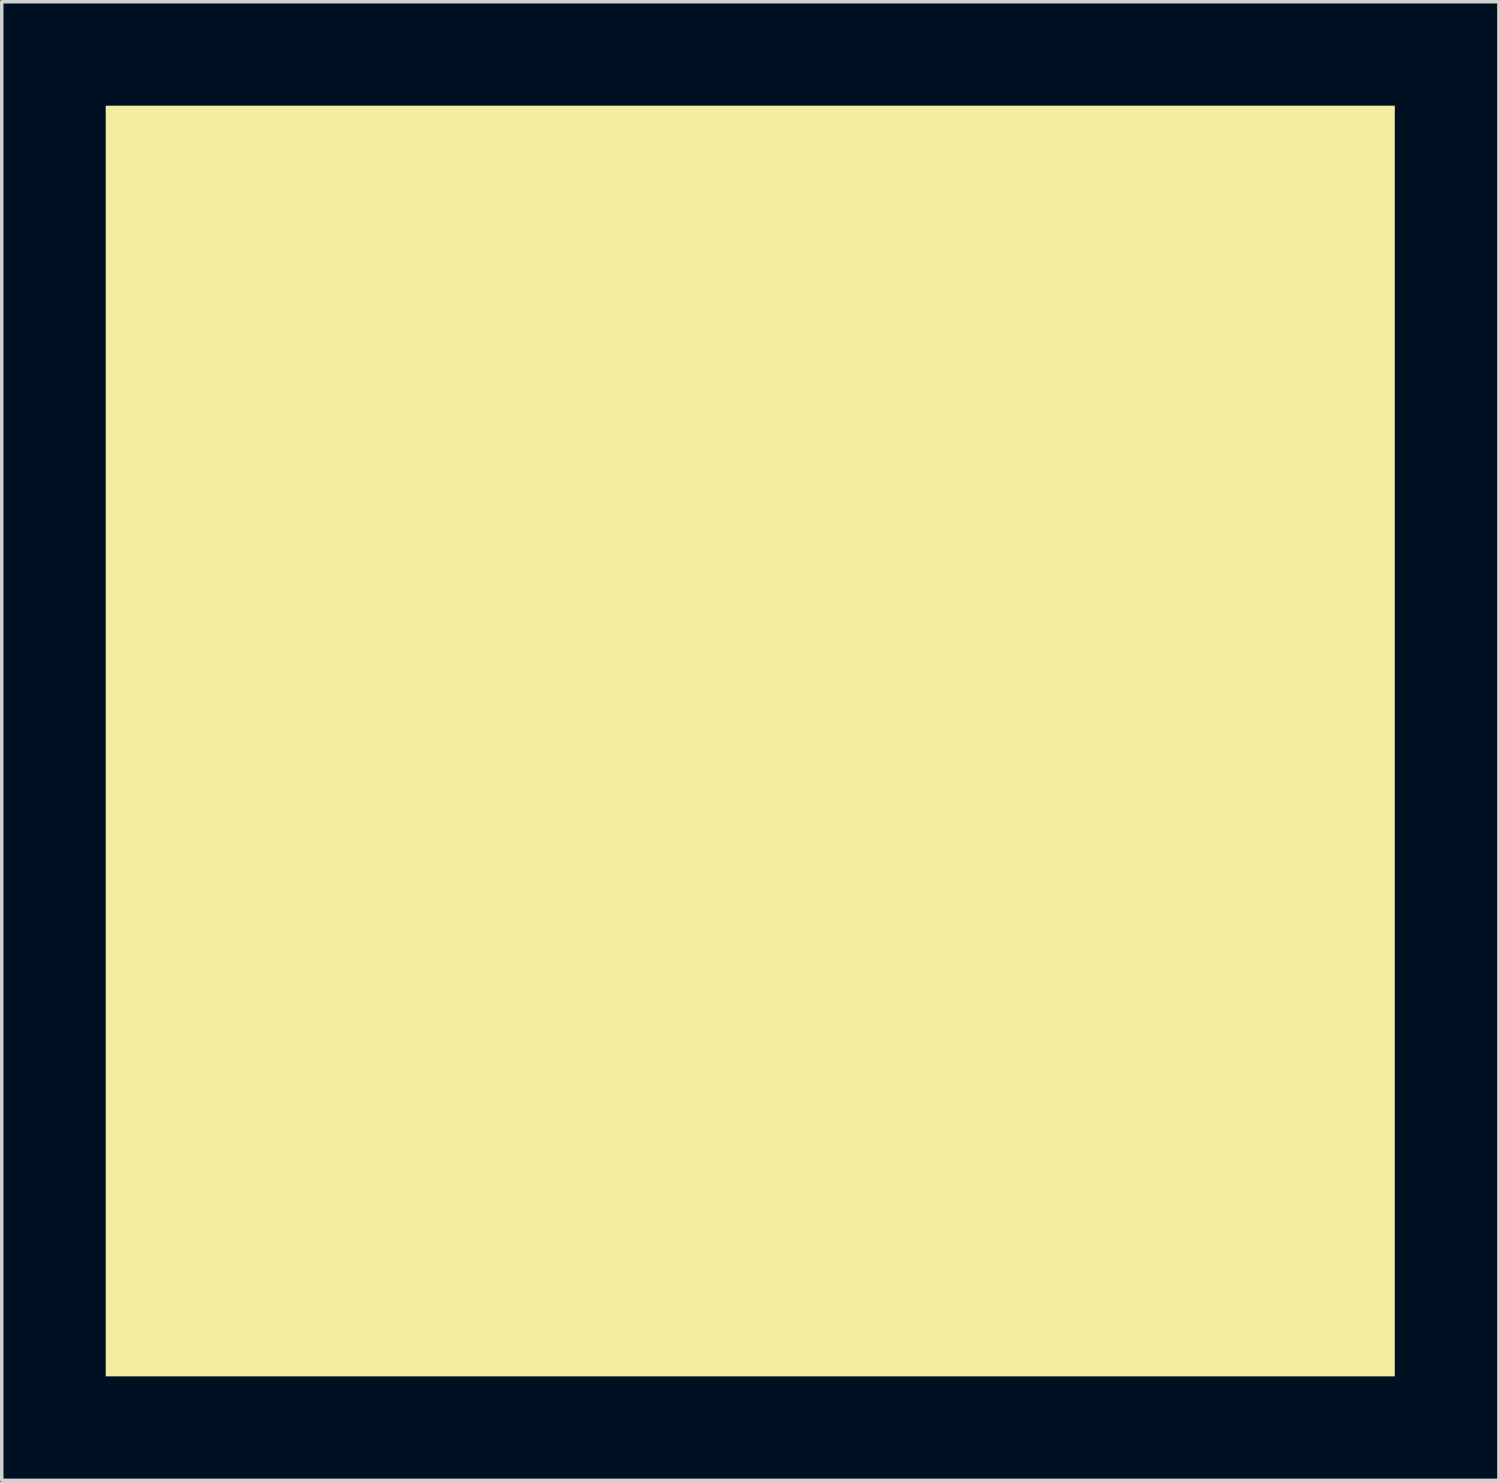
<source format=kicad_pcb>
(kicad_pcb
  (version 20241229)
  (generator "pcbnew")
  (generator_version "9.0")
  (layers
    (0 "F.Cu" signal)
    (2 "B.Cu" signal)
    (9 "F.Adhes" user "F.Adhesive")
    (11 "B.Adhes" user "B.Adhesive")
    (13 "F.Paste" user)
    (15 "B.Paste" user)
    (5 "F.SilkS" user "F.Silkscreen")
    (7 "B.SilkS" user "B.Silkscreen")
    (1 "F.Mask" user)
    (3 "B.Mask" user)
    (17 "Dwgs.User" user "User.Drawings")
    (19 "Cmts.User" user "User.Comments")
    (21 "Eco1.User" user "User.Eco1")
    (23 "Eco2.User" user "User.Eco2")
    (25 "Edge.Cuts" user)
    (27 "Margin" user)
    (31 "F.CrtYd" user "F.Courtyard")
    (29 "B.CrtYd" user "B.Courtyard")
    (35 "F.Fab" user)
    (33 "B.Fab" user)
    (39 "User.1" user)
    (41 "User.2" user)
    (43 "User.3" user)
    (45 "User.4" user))
  (footprint "Logo?"
    (layer "F.Cu")
    (at 18.453 18.186)
    (property "Reference" "Logo?" (at 0 0 0) (layer "F.SilkS") (effects (font (size 1.524 1.524) (thickness 0.3))))
    (attr through_hole)
    (fp_poly (pts (xy 18.716 18.448) (xy -18.448 18.448) (xy -18.448 -18.181) (xy 18.716 -18.181) (xy 18.716 18.448)) (stroke (width 0.01) (type solid)) (fill yes) (layer "F.SilkS")))
  (gr_rect
    (start -3 -3)
    (end 40.174 39.639)
    (stroke (width 0.1) (type default))
    (fill no)
    (layer "Edge.Cuts")))
</source>
